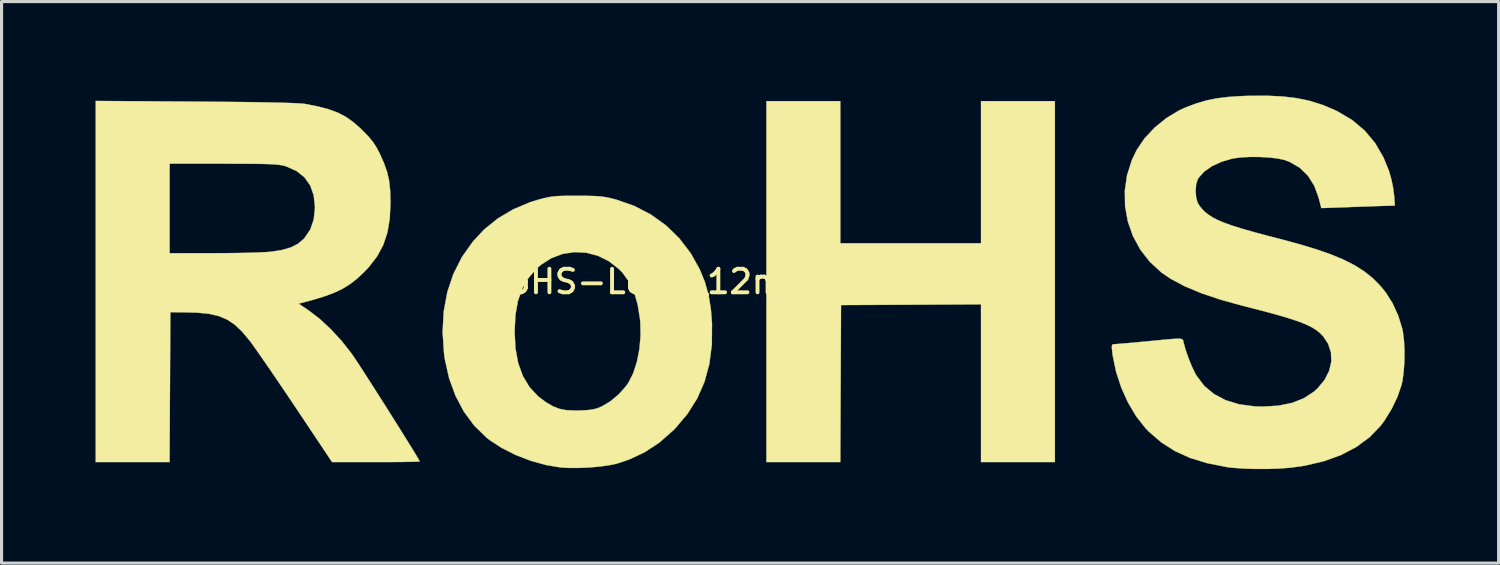
<source format=kicad_pcb>
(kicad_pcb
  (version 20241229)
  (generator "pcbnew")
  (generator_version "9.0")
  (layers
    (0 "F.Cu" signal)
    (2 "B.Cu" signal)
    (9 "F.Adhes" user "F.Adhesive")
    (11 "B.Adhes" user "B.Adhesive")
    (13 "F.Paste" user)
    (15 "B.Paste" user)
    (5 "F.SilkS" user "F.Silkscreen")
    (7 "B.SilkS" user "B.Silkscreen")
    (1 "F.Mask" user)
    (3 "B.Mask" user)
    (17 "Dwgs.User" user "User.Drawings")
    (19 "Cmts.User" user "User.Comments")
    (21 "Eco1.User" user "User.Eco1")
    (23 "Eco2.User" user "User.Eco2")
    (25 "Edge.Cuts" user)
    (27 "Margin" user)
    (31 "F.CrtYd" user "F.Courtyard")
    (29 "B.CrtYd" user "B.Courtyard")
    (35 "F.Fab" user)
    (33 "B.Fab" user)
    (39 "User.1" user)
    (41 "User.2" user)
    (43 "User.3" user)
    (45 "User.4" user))
  (footprint "RoHS-Logo_12mm_SilkScreen"
    (layer "F.Cu")
    (at 20.915 5.939)
    (property "Reference" "RoHS-Logo_12mm_SilkScreen" (at 0 0 0) (layer "F.SilkS") (effects (font (size 0.75 0.75) (thickness 0.125))))
    (attr exclude_from_pos_files exclude_from_bom allow_missing_courtyard)
    (fp_poly (pts (xy 2.857 -1.225) (xy 7.348 -1.225) (xy 7.348 -5.76) (xy 9.706 -5.76) (xy 9.706 5.76) (xy 7.348 5.76) (xy 7.348 0.725) (xy 5.114 0.737) (xy 2.88 0.748) (xy 2.868 3.254) (xy 2.857 5.76) (xy 0.499 5.76) (xy 0.499 -5.76) (xy 2.857 -5.76) (xy 2.857 -1.225)) (stroke (width 0.01) (type solid)) (fill yes) (layer "F.SilkS"))
    (fp_poly (pts (xy -5.534 -2.74) (xy -5.231 -2.738) (xy -4.997 -2.732) (xy -4.812 -2.72) (xy -4.654 -2.7) (xy -4.502 -2.67) (xy -4.334 -2.628) (xy -4.306 -2.621) (xy -3.726 -2.419) (xy -3.191 -2.142) (xy -2.707 -1.794) (xy -2.28 -1.379) (xy -1.916 -0.903) (xy -1.63 -0.391) (xy -1.464 0.017) (xy -1.347 0.436) (xy -1.273 0.891) (xy -1.238 1.343) (xy -1.244 2.01) (xy -1.323 2.627) (xy -1.478 3.198) (xy -1.71 3.728) (xy -2.02 4.22) (xy -2.41 4.681) (xy -2.47 4.742) (xy -2.913 5.133) (xy -3.382 5.443) (xy -3.893 5.682) (xy -4.271 5.808) (xy -4.508 5.859) (xy -4.807 5.901) (xy -5.142 5.931) (xy -5.486 5.947) (xy -5.81 5.947) (xy -6.065 5.932) (xy -6.538 5.854) (xy -7.026 5.718) (xy -7.505 5.533) (xy -7.95 5.309) (xy -8.337 5.057) (xy -8.44 4.975) (xy -8.828 4.596) (xy -9.157 4.15) (xy -9.425 3.646) (xy -9.629 3.089) (xy -9.764 2.487) (xy -9.792 2.291) (xy -9.837 1.604) (xy -9.836 1.587) (xy -7.54 1.587) (xy -7.512 2.128) (xy -7.425 2.602) (xy -7.276 3.014) (xy -7.063 3.367) (xy -6.787 3.664) (xy -6.531 3.855) (xy -6.319 3.978) (xy -6.119 4.058) (xy -5.904 4.101) (xy -5.644 4.116) (xy -5.466 4.114) (xy -5.232 4.103) (xy -5.059 4.083) (xy -4.917 4.048) (xy -4.775 3.992) (xy -4.753 3.982) (xy -4.484 3.822) (xy -4.221 3.602) (xy -3.993 3.35) (xy -3.906 3.227) (xy -3.753 2.924) (xy -3.635 2.557) (xy -3.555 2.148) (xy -3.518 1.721) (xy -3.526 1.296) (xy -3.537 1.19) (xy -3.611 0.731) (xy -3.723 0.342) (xy -3.88 0.013) (xy -4.085 -0.271) (xy -4.198 -0.39) (xy -4.52 -0.646) (xy -4.873 -0.823) (xy -5.247 -0.922) (xy -5.628 -0.942) (xy -6.006 -0.885) (xy -6.368 -0.749) (xy -6.702 -0.535) (xy -6.865 -0.389) (xy -7.113 -0.094) (xy -7.301 0.238) (xy -7.433 0.616) (xy -7.511 1.051) (xy -7.539 1.554) (xy -7.54 1.587) (xy -9.836 1.587) (xy -9.801 0.949) (xy -9.686 0.33) (xy -9.491 -0.25) (xy -9.218 -0.789) (xy -8.868 -1.282) (xy -8.511 -1.664) (xy -8.077 -2.015) (xy -7.581 -2.308) (xy -7.037 -2.537) (xy -6.777 -2.617) (xy -6.604 -2.663) (xy -6.455 -2.696) (xy -6.308 -2.718) (xy -6.144 -2.732) (xy -5.94 -2.738) (xy -5.676 -2.74) (xy -5.534 -2.74)) (stroke (width 0.01) (type solid)) (fill yes) (layer "F.SilkS"))
    (fp_poly (pts (xy -17.723 -5.746) (xy -17.011 -5.74) (xy -16.374 -5.734) (xy -15.816 -5.727) (xy -15.337 -5.718) (xy -14.941 -5.709) (xy -14.628 -5.699) (xy -14.402 -5.688) (xy -14.264 -5.677) (xy -14.242 -5.674) (xy -13.821 -5.592) (xy -13.473 -5.5) (xy -13.179 -5.391) (xy -12.922 -5.257) (xy -12.684 -5.088) (xy -12.446 -4.878) (xy -12.395 -4.828) (xy -12.204 -4.631) (xy -12.063 -4.461) (xy -11.951 -4.29) (xy -11.846 -4.09) (xy -11.841 -4.078) (xy -11.702 -3.767) (xy -11.606 -3.489) (xy -11.544 -3.215) (xy -11.512 -2.914) (xy -11.501 -2.557) (xy -11.501 -2.517) (xy -11.525 -2.009) (xy -11.6 -1.565) (xy -11.732 -1.17) (xy -11.927 -0.809) (xy -12.19 -0.467) (xy -12.356 -0.293) (xy -12.577 -0.087) (xy -12.799 0.085) (xy -13.037 0.231) (xy -13.308 0.358) (xy -13.626 0.476) (xy -14.009 0.591) (xy -14.281 0.664) (xy -14.434 0.703) (xy -14.1 0.929) (xy -13.76 1.19) (xy -13.41 1.515) (xy -13.07 1.883) (xy -12.761 2.272) (xy -12.716 2.336) (xy -12.638 2.45) (xy -12.524 2.622) (xy -12.382 2.841) (xy -12.216 3.099) (xy -12.033 3.385) (xy -11.839 3.69) (xy -11.639 4.005) (xy -11.44 4.321) (xy -11.247 4.627) (xy -11.068 4.914) (xy -10.907 5.174) (xy -10.77 5.395) (xy -10.664 5.569) (xy -10.595 5.687) (xy -10.568 5.738) (xy -10.568 5.739) (xy -10.612 5.744) (xy -10.735 5.749) (xy -10.927 5.753) (xy -11.177 5.757) (xy -11.474 5.759) (xy -11.807 5.76) (xy -11.966 5.76) (xy -13.365 5.76) (xy -14.523 4.025) (xy -14.773 3.653) (xy -15.019 3.289) (xy -15.253 2.944) (xy -15.47 2.629) (xy -15.662 2.352) (xy -15.822 2.124) (xy -15.943 1.955) (xy -15.999 1.881) (xy -16.239 1.594) (xy -16.473 1.373) (xy -16.717 1.21) (xy -16.988 1.097) (xy -17.303 1.026) (xy -17.677 0.99) (xy -17.959 0.982) (xy -18.528 0.975) (xy -18.54 3.368) (xy -18.552 5.76) (xy -20.91 5.76) (xy -20.91 -3.765) (xy -18.551 -3.765) (xy -18.551 -0.907) (xy -17.134 -0.908) (xy -16.762 -0.909) (xy -16.399 -0.913) (xy -16.062 -0.92) (xy -15.765 -0.929) (xy -15.524 -0.939) (xy -15.354 -0.95) (xy -15.32 -0.953) (xy -14.963 -1.01) (xy -14.679 -1.093) (xy -14.454 -1.207) (xy -14.273 -1.36) (xy -14.246 -1.39) (xy -14.06 -1.665) (xy -13.95 -1.985) (xy -13.912 -2.355) (xy -13.912 -2.381) (xy -13.951 -2.752) (xy -14.061 -3.066) (xy -14.242 -3.324) (xy -14.494 -3.527) (xy -14.819 -3.674) (xy -14.878 -3.693) (xy -14.956 -3.712) (xy -15.052 -3.727) (xy -15.177 -3.74) (xy -15.34 -3.749) (xy -15.551 -3.756) (xy -15.819 -3.76) (xy -16.153 -3.763) (xy -16.563 -3.764) (xy -16.836 -3.765) (xy -18.551 -3.765) (xy -20.91 -3.765) (xy -20.91 -5.767) (xy -17.723 -5.746)) (stroke (width 0.01) (type solid)) (fill yes) (layer "F.SilkS"))
    (fp_poly (pts (xy 16.973 -5.91) (xy 17.432 -5.855) (xy 17.852 -5.766) (xy 18.25 -5.641) (xy 18.641 -5.476) (xy 18.727 -5.434) (xy 19.195 -5.157) (xy 19.595 -4.82) (xy 19.929 -4.421) (xy 20.197 -3.959) (xy 20.371 -3.529) (xy 20.444 -3.273) (xy 20.501 -3.003) (xy 20.531 -2.779) (xy 20.558 -2.427) (xy 20.428 -2.424) (xy 20.346 -2.422) (xy 20.188 -2.417) (xy 19.969 -2.41) (xy 19.704 -2.4) (xy 19.408 -2.39) (xy 19.254 -2.385) (xy 18.211 -2.348) (xy 18.128 -2.669) (xy 17.989 -3.054) (xy 17.787 -3.376) (xy 17.526 -3.632) (xy 17.206 -3.819) (xy 17.032 -3.884) (xy 16.822 -3.93) (xy 16.55 -3.962) (xy 16.244 -3.979) (xy 15.931 -3.98) (xy 15.64 -3.965) (xy 15.398 -3.932) (xy 15.38 -3.929) (xy 15.028 -3.827) (xy 14.721 -3.686) (xy 14.473 -3.514) (xy 14.297 -3.317) (xy 14.261 -3.257) (xy 14.215 -3.104) (xy 14.199 -2.905) (xy 14.213 -2.699) (xy 14.258 -2.527) (xy 14.258 -2.526) (xy 14.33 -2.408) (xy 14.441 -2.277) (xy 14.495 -2.226) (xy 14.614 -2.132) (xy 14.752 -2.043) (xy 14.92 -1.958) (xy 15.125 -1.873) (xy 15.376 -1.784) (xy 15.683 -1.688) (xy 16.055 -1.582) (xy 16.499 -1.462) (xy 16.873 -1.366) (xy 17.501 -1.197) (xy 18.046 -1.033) (xy 18.519 -0.868) (xy 18.926 -0.698) (xy 19.277 -0.519) (xy 19.58 -0.327) (xy 19.844 -0.118) (xy 20.076 0.114) (xy 20.267 0.346) (xy 20.485 0.691) (xy 20.665 1.086) (xy 20.791 1.492) (xy 20.815 1.607) (xy 20.85 1.89) (xy 20.865 2.221) (xy 20.861 2.569) (xy 20.837 2.903) (xy 20.796 3.191) (xy 20.775 3.283) (xy 20.646 3.665) (xy 20.458 4.06) (xy 20.229 4.432) (xy 20.097 4.609) (xy 19.746 4.971) (xy 19.324 5.28) (xy 18.835 5.536) (xy 18.283 5.735) (xy 17.672 5.877) (xy 17.245 5.937) (xy 16.893 5.965) (xy 16.5 5.979) (xy 16.095 5.979) (xy 15.707 5.966) (xy 15.363 5.94) (xy 15.195 5.919) (xy 14.575 5.797) (xy 14.026 5.629) (xy 13.539 5.409) (xy 13.105 5.133) (xy 12.716 4.798) (xy 12.596 4.674) (xy 12.303 4.303) (xy 12.043 3.865) (xy 11.825 3.383) (xy 11.659 2.875) (xy 11.553 2.365) (xy 11.539 2.257) (xy 11.524 2.11) (xy 11.528 2.032) (xy 11.555 2.001) (xy 11.614 1.996) (xy 11.617 1.996) (xy 11.694 1.991) (xy 11.845 1.979) (xy 12.056 1.961) (xy 12.311 1.938) (xy 12.594 1.911) (xy 12.655 1.906) (xy 13.003 1.872) (xy 13.271 1.846) (xy 13.47 1.83) (xy 13.611 1.822) (xy 13.704 1.824) (xy 13.76 1.836) (xy 13.79 1.857) (xy 13.803 1.889) (xy 13.812 1.932) (xy 13.813 1.939) (xy 13.876 2.17) (xy 13.968 2.435) (xy 14.075 2.7) (xy 14.184 2.928) (xy 14.226 3.003) (xy 14.474 3.328) (xy 14.785 3.589) (xy 15.158 3.786) (xy 15.59 3.917) (xy 16.08 3.982) (xy 16.329 3.99) (xy 16.834 3.961) (xy 17.275 3.872) (xy 17.654 3.723) (xy 17.976 3.511) (xy 18.089 3.409) (xy 18.314 3.138) (xy 18.461 2.849) (xy 18.53 2.552) (xy 18.519 2.259) (xy 18.426 1.98) (xy 18.266 1.742) (xy 18.164 1.639) (xy 18.046 1.544) (xy 17.903 1.455) (xy 17.727 1.369) (xy 17.508 1.281) (xy 17.239 1.19) (xy 16.912 1.091) (xy 16.518 0.982) (xy 16.049 0.86) (xy 15.707 0.773) (xy 15.003 0.579) (xy 14.384 0.371) (xy 13.852 0.149) (xy 13.408 -0.087) (xy 13.116 -0.284) (xy 12.739 -0.629) (xy 12.432 -1.023) (xy 12.196 -1.458) (xy 12.034 -1.923) (xy 11.947 -2.408) (xy 11.939 -2.903) (xy 12.01 -3.397) (xy 12.164 -3.881) (xy 12.32 -4.206) (xy 12.57 -4.574) (xy 12.891 -4.917) (xy 13.265 -5.22) (xy 13.674 -5.466) (xy 13.889 -5.564) (xy 14.223 -5.689) (xy 14.544 -5.783) (xy 14.876 -5.85) (xy 15.241 -5.895) (xy 15.664 -5.922) (xy 15.876 -5.93) (xy 16.46 -5.934) (xy 16.973 -5.91)) (stroke (width 0.01) (type solid)) (fill yes) (layer "F.SilkS")))
  (gr_rect
    (start -3 -3)
    (end 44.785 14.923)
    (stroke (width 0.1) (type default))
    (fill no)
    (layer "Edge.Cuts")))
</source>
